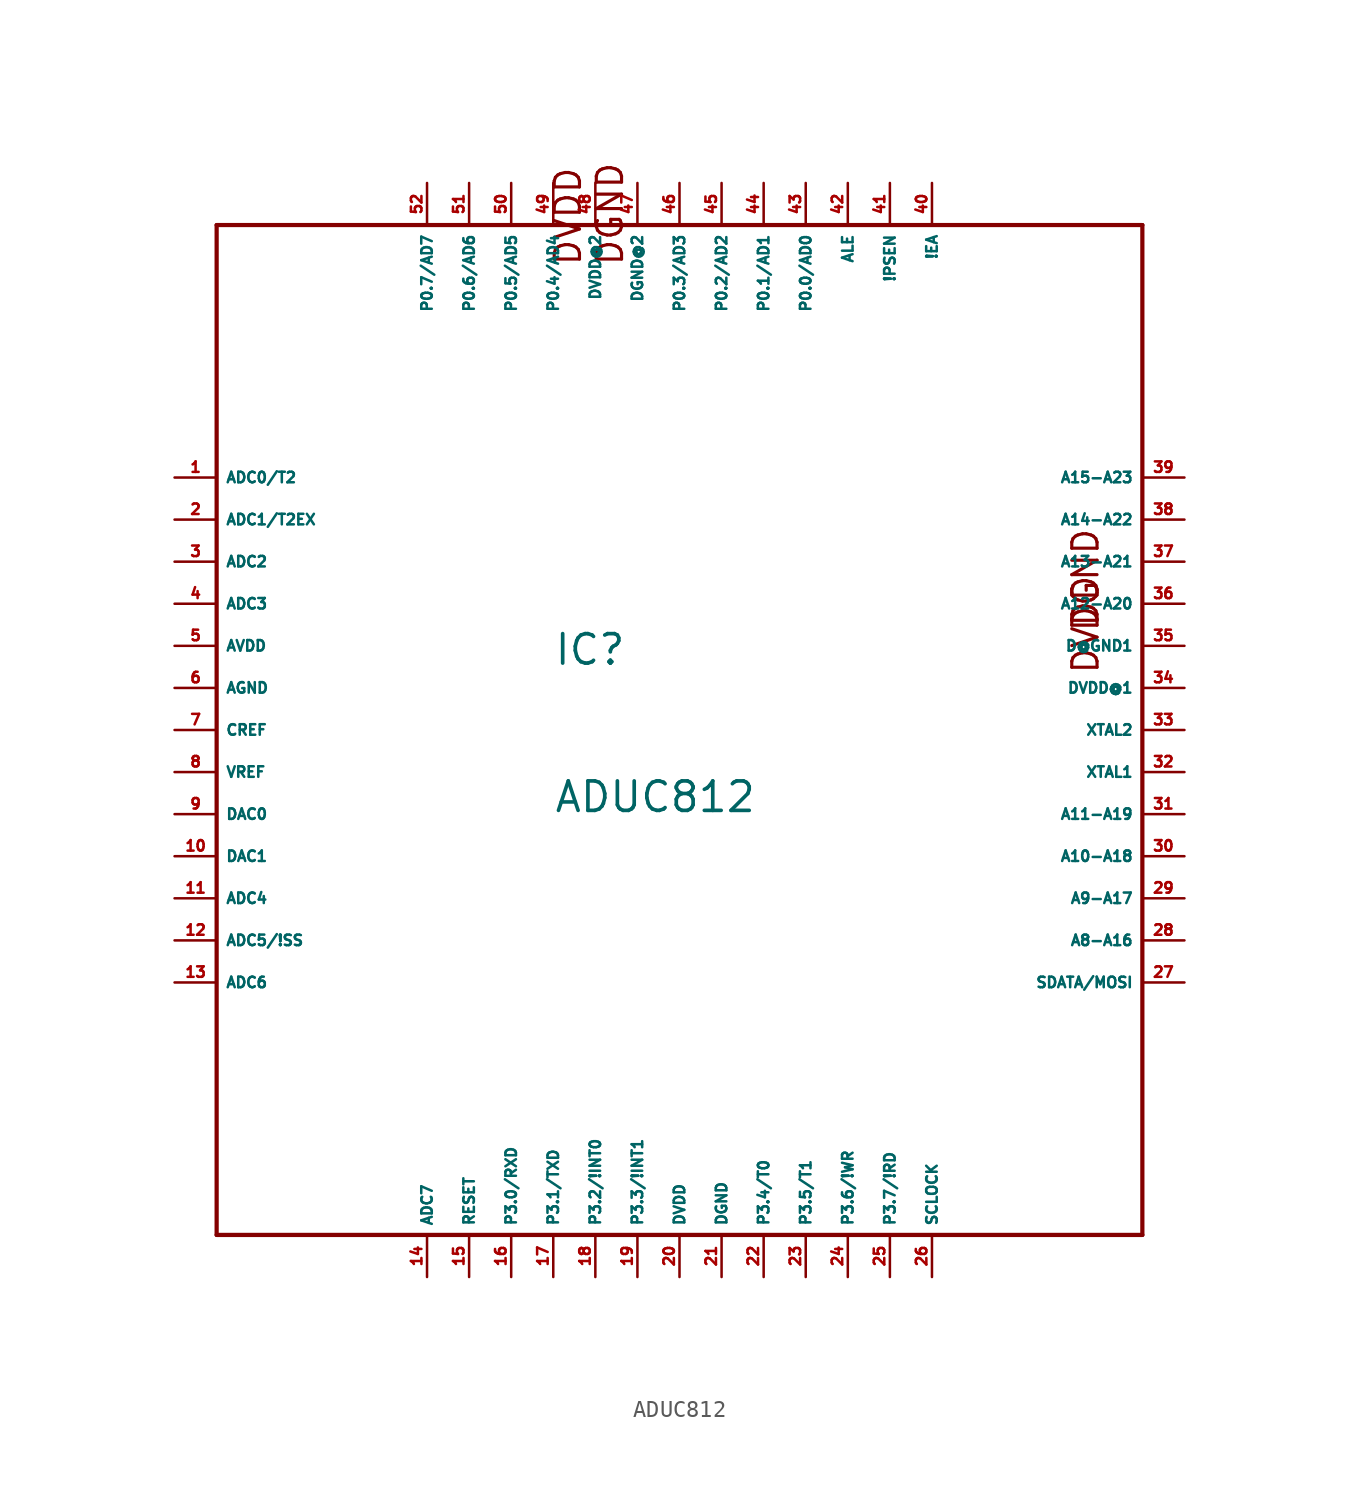
<source format=kicad_sym>
(kicad_symbol_lib
  (version 20220914)
  (generator Eagle2Kicad)
  (symbol "ADUC812"
    (property "Reference" "IC"
      (at -7.62 3.81 0)
      (effects (font (size 1.778 1.778) (thickness 0.22)) (justify left bottom)))
    (property "Value" "ADUC812"
      (at -7.62 -5.08 0)
      (effects (font (size 1.778 1.778) (thickness 0.22)) (justify left bottom)))
    (polyline
      (pts (xy -27.94 -30.48) (xy 27.94 -30.48))
      (stroke (width 0.254) (type default))
      (fill (type none)))
    (polyline
      (pts (xy 27.94 -30.48) (xy 27.94 30.48))
      (stroke (width 0.254) (type default))
      (fill (type none)))
    (polyline
      (pts (xy 27.94 30.48) (xy -27.94 30.48))
      (stroke (width 0.254) (type default))
      (fill (type none)))
    (polyline
      (pts (xy -27.94 30.48) (xy -27.94 -30.48))
      (stroke (width 0.254) (type default))
      (fill (type none)))
    (text "DGND"
      (at -3.302 27.94 2700)
      (effects (font (size 1.524 1.524) (thickness 0.19)) (justify left bottom)))
    (text "DVDD"
      (at -5.842 27.94 2700)
      (effects (font (size 1.524 1.524) (thickness 0.19)) (justify left bottom)))
    (text "DGND"
      (at 25.4 5.842 1800)
      (effects (font (size 1.524 1.524) (thickness 0.19)) (justify left bottom)))
    (text "DVDD"
      (at 25.4 3.302 1800)
      (effects (font (size 1.524 1.524) (thickness 0.19)) (justify left bottom)))
    (pin output line
      (at -30.48 -5.08 0)
      (length 2.54)
      (name "DAC0" (effects (font (size 0.635 0.635) (thickness 0.08)) (justify left bottom)))
      (number "9" (effects (font (size 0.635 0.635) (thickness 0.08)) (justify left bottom))))
    (pin input line
      (at -12.7 -33.02 90)
      (length 2.54)
      (name "RESET" (effects (font (size 0.635 0.635) (thickness 0.08)) (justify left bottom)))
      (number "15" (effects (font (size 0.635 0.635) (thickness 0.08)) (justify left bottom))))
    (pin unspecified line
      (at -30.48 2.54 0)
      (length 2.54)
      (name "AGND" (effects (font (size 0.635 0.635) (thickness 0.08)) (justify left bottom)))
      (number "6" (effects (font (size 0.635 0.635) (thickness 0.08)) (justify left bottom))))
    (pin input line
      (at -30.48 0 0)
      (length 2.54)
      (name "CREF" (effects (font (size 0.635 0.635) (thickness 0.08)) (justify left bottom)))
      (number "7" (effects (font (size 0.635 0.635) (thickness 0.08)) (justify left bottom))))
    (pin bidirectional line
      (at -30.48 -2.54 0)
      (length 2.54)
      (name "VREF" (effects (font (size 0.635 0.635) (thickness 0.08)) (justify left bottom)))
      (number "8" (effects (font (size 0.635 0.635) (thickness 0.08)) (justify left bottom))))
    (pin unspecified line
      (at 2.54 -33.02 90)
      (length 2.54)
      (name "DGND" (effects (font (size 0.635 0.635) (thickness 0.08)) (justify left bottom)))
      (number "21" (effects (font (size 0.635 0.635) (thickness 0.08)) (justify left bottom))))
    (pin output line
      (at -30.48 -7.62 0)
      (length 2.54)
      (name "DAC1" (effects (font (size 0.635 0.635) (thickness 0.08)) (justify left bottom)))
      (number "10" (effects (font (size 0.635 0.635) (thickness 0.08)) (justify left bottom))))
    (pin unspecified line
      (at -30.48 5.08 0)
      (length 2.54)
      (name "AVDD" (effects (font (size 0.635 0.635) (thickness 0.08)) (justify left bottom)))
      (number "5" (effects (font (size 0.635 0.635) (thickness 0.08)) (justify left bottom))))
    (pin unspecified line
      (at 0 -33.02 90)
      (length 2.54)
      (name "DVDD" (effects (font (size 0.635 0.635) (thickness 0.08)) (justify left bottom)))
      (number "20" (effects (font (size 0.635 0.635) (thickness 0.08)) (justify left bottom))))
    (pin input line
      (at 15.24 -33.02 90)
      (length 2.54)
      (name "SCLOCK" (effects (font (size 0.635 0.635) (thickness 0.08)) (justify left bottom)))
      (number "26" (effects (font (size 0.635 0.635) (thickness 0.08)) (justify left bottom))))
    (pin input line
      (at 30.48 -15.24 180)
      (length 2.54)
      (name "SDATA/MOSI" (effects (font (size 0.635 0.635) (thickness 0.08)) (justify left bottom)))
      (number "27" (effects (font (size 0.635 0.635) (thickness 0.08)) (justify left bottom))))
    (pin input line
      (at 30.48 -2.54 180)
      (length 2.54)
      (name "XTAL1" (effects (font (size 0.635 0.635) (thickness 0.08)) (justify left bottom)))
      (number "32" (effects (font (size 0.635 0.635) (thickness 0.08)) (justify left bottom))))
    (pin output line
      (at 30.48 0 180)
      (length 2.54)
      (name "XTAL2" (effects (font (size 0.635 0.635) (thickness 0.08)) (justify left bottom)))
      (number "33" (effects (font (size 0.635 0.635) (thickness 0.08)) (justify left bottom))))
    (pin input line
      (at -30.48 15.24 0)
      (length 2.54)
      (name "ADC0/T2" (effects (font (size 0.635 0.635) (thickness 0.08)) (justify left bottom)))
      (number "1" (effects (font (size 0.635 0.635) (thickness 0.08)) (justify left bottom))))
    (pin input line
      (at -30.48 12.7 0)
      (length 2.54)
      (name "ADC1/T2EX" (effects (font (size 0.635 0.635) (thickness 0.08)) (justify left bottom)))
      (number "2" (effects (font (size 0.635 0.635) (thickness 0.08)) (justify left bottom))))
    (pin input line
      (at -30.48 10.16 0)
      (length 2.54)
      (name "ADC2" (effects (font (size 0.635 0.635) (thickness 0.08)) (justify left bottom)))
      (number "3" (effects (font (size 0.635 0.635) (thickness 0.08)) (justify left bottom))))
    (pin input line
      (at -30.48 7.62 0)
      (length 2.54)
      (name "ADC3" (effects (font (size 0.635 0.635) (thickness 0.08)) (justify left bottom)))
      (number "4" (effects (font (size 0.635 0.635) (thickness 0.08)) (justify left bottom))))
    (pin input line
      (at -30.48 -10.16 0)
      (length 2.54)
      (name "ADC4" (effects (font (size 0.635 0.635) (thickness 0.08)) (justify left bottom)))
      (number "11" (effects (font (size 0.635 0.635) (thickness 0.08)) (justify left bottom))))
    (pin input line
      (at -30.48 -12.7 0)
      (length 2.54)
      (name "ADC5/!SS" (effects (font (size 0.635 0.635) (thickness 0.08)) (justify left bottom)))
      (number "12" (effects (font (size 0.635 0.635) (thickness 0.08)) (justify left bottom))))
    (pin input line
      (at -30.48 -15.24 0)
      (length 2.54)
      (name "ADC6" (effects (font (size 0.635 0.635) (thickness 0.08)) (justify left bottom)))
      (number "13" (effects (font (size 0.635 0.635) (thickness 0.08)) (justify left bottom))))
    (pin input line
      (at -15.24 -33.02 90)
      (length 2.54)
      (name "ADC7" (effects (font (size 0.635 0.635) (thickness 0.08)) (justify left bottom)))
      (number "14" (effects (font (size 0.635 0.635) (thickness 0.08)) (justify left bottom))))
    (pin bidirectional line
      (at -10.16 -33.02 90)
      (length 2.54)
      (name "P3.0/RXD" (effects (font (size 0.635 0.635) (thickness 0.08)) (justify left bottom)))
      (number "16" (effects (font (size 0.635 0.635) (thickness 0.08)) (justify left bottom))))
    (pin bidirectional line
      (at -7.62 -33.02 90)
      (length 2.54)
      (name "P3.1/TXD" (effects (font (size 0.635 0.635) (thickness 0.08)) (justify left bottom)))
      (number "17" (effects (font (size 0.635 0.635) (thickness 0.08)) (justify left bottom))))
    (pin bidirectional line
      (at -5.08 -33.02 90)
      (length 2.54)
      (name "P3.2/!INT0" (effects (font (size 0.635 0.635) (thickness 0.08)) (justify left bottom)))
      (number "18" (effects (font (size 0.635 0.635) (thickness 0.08)) (justify left bottom))))
    (pin bidirectional line
      (at -2.54 -33.02 90)
      (length 2.54)
      (name "P3.3/!INT1" (effects (font (size 0.635 0.635) (thickness 0.08)) (justify left bottom)))
      (number "19" (effects (font (size 0.635 0.635) (thickness 0.08)) (justify left bottom))))
    (pin bidirectional line
      (at 5.08 -33.02 90)
      (length 2.54)
      (name "P3.4/T0" (effects (font (size 0.635 0.635) (thickness 0.08)) (justify left bottom)))
      (number "22" (effects (font (size 0.635 0.635) (thickness 0.08)) (justify left bottom))))
    (pin bidirectional line
      (at 7.62 -33.02 90)
      (length 2.54)
      (name "P3.5/T1" (effects (font (size 0.635 0.635) (thickness 0.08)) (justify left bottom)))
      (number "23" (effects (font (size 0.635 0.635) (thickness 0.08)) (justify left bottom))))
    (pin bidirectional line
      (at 10.16 -33.02 90)
      (length 2.54)
      (name "P3.6/!WR" (effects (font (size 0.635 0.635) (thickness 0.08)) (justify left bottom)))
      (number "24" (effects (font (size 0.635 0.635) (thickness 0.08)) (justify left bottom))))
    (pin bidirectional line
      (at 12.7 -33.02 90)
      (length 2.54)
      (name "P3.7/!RD" (effects (font (size 0.635 0.635) (thickness 0.08)) (justify left bottom)))
      (number "25" (effects (font (size 0.635 0.635) (thickness 0.08)) (justify left bottom))))
    (pin bidirectional line
      (at 30.48 -12.7 180)
      (length 2.54)
      (name "A8-A16" (effects (font (size 0.635 0.635) (thickness 0.08)) (justify left bottom)))
      (number "28" (effects (font (size 0.635 0.635) (thickness 0.08)) (justify left bottom))))
    (pin bidirectional line
      (at 30.48 -10.16 180)
      (length 2.54)
      (name "A9-A17" (effects (font (size 0.635 0.635) (thickness 0.08)) (justify left bottom)))
      (number "29" (effects (font (size 0.635 0.635) (thickness 0.08)) (justify left bottom))))
    (pin bidirectional line
      (at 30.48 -7.62 180)
      (length 2.54)
      (name "A10-A18" (effects (font (size 0.635 0.635) (thickness 0.08)) (justify left bottom)))
      (number "30" (effects (font (size 0.635 0.635) (thickness 0.08)) (justify left bottom))))
    (pin bidirectional line
      (at 30.48 -5.08 180)
      (length 2.54)
      (name "A11-A19" (effects (font (size 0.635 0.635) (thickness 0.08)) (justify left bottom)))
      (number "31" (effects (font (size 0.635 0.635) (thickness 0.08)) (justify left bottom))))
    (pin bidirectional line
      (at 30.48 7.62 180)
      (length 2.54)
      (name "A12-A20" (effects (font (size 0.635 0.635) (thickness 0.08)) (justify left bottom)))
      (number "36" (effects (font (size 0.635 0.635) (thickness 0.08)) (justify left bottom))))
    (pin bidirectional line
      (at 30.48 10.16 180)
      (length 2.54)
      (name "A13-A21" (effects (font (size 0.635 0.635) (thickness 0.08)) (justify left bottom)))
      (number "37" (effects (font (size 0.635 0.635) (thickness 0.08)) (justify left bottom))))
    (pin bidirectional line
      (at 30.48 12.7 180)
      (length 2.54)
      (name "A14-A22" (effects (font (size 0.635 0.635) (thickness 0.08)) (justify left bottom)))
      (number "38" (effects (font (size 0.635 0.635) (thickness 0.08)) (justify left bottom))))
    (pin bidirectional line
      (at 30.48 15.24 180)
      (length 2.54)
      (name "A15-A23" (effects (font (size 0.635 0.635) (thickness 0.08)) (justify left bottom)))
      (number "39" (effects (font (size 0.635 0.635) (thickness 0.08)) (justify left bottom))))
    (pin output line
      (at 12.7 33.02 270)
      (length 2.54)
      (name "!PSEN" (effects (font (size 0.635 0.635) (thickness 0.08)) (justify left bottom)))
      (number "41" (effects (font (size 0.635 0.635) (thickness 0.08)) (justify left bottom))))
    (pin output line
      (at 10.16 33.02 270)
      (length 2.54)
      (name "ALE" (effects (font (size 0.635 0.635) (thickness 0.08)) (justify left bottom)))
      (number "42" (effects (font (size 0.635 0.635) (thickness 0.08)) (justify left bottom))))
    (pin input line
      (at 15.24 33.02 270)
      (length 2.54)
      (name "!EA" (effects (font (size 0.635 0.635) (thickness 0.08)) (justify left bottom)))
      (number "40" (effects (font (size 0.635 0.635) (thickness 0.08)) (justify left bottom))))
    (pin bidirectional line
      (at 7.62 33.02 270)
      (length 2.54)
      (name "P0.0/AD0" (effects (font (size 0.635 0.635) (thickness 0.08)) (justify left bottom)))
      (number "43" (effects (font (size 0.635 0.635) (thickness 0.08)) (justify left bottom))))
    (pin bidirectional line
      (at 5.08 33.02 270)
      (length 2.54)
      (name "P0.1/AD1" (effects (font (size 0.635 0.635) (thickness 0.08)) (justify left bottom)))
      (number "44" (effects (font (size 0.635 0.635) (thickness 0.08)) (justify left bottom))))
    (pin bidirectional line
      (at 2.54 33.02 270)
      (length 2.54)
      (name "P0.2/AD2" (effects (font (size 0.635 0.635) (thickness 0.08)) (justify left bottom)))
      (number "45" (effects (font (size 0.635 0.635) (thickness 0.08)) (justify left bottom))))
    (pin bidirectional line
      (at 0 33.02 270)
      (length 2.54)
      (name "P0.3/AD3" (effects (font (size 0.635 0.635) (thickness 0.08)) (justify left bottom)))
      (number "46" (effects (font (size 0.635 0.635) (thickness 0.08)) (justify left bottom))))
    (pin bidirectional line
      (at -7.62 33.02 270)
      (length 2.54)
      (name "P0.4/AD4" (effects (font (size 0.635 0.635) (thickness 0.08)) (justify left bottom)))
      (number "49" (effects (font (size 0.635 0.635) (thickness 0.08)) (justify left bottom))))
    (pin bidirectional line
      (at -10.16 33.02 270)
      (length 2.54)
      (name "P0.5/AD5" (effects (font (size 0.635 0.635) (thickness 0.08)) (justify left bottom)))
      (number "50" (effects (font (size 0.635 0.635) (thickness 0.08)) (justify left bottom))))
    (pin bidirectional line
      (at -12.7 33.02 270)
      (length 2.54)
      (name "P0.6/AD6" (effects (font (size 0.635 0.635) (thickness 0.08)) (justify left bottom)))
      (number "51" (effects (font (size 0.635 0.635) (thickness 0.08)) (justify left bottom))))
    (pin bidirectional line
      (at -15.24 33.02 270)
      (length 2.54)
      (name "P0.7/AD7" (effects (font (size 0.635 0.635) (thickness 0.08)) (justify left bottom)))
      (number "52" (effects (font (size 0.635 0.635) (thickness 0.08)) (justify left bottom))))
    (pin unspecified line
      (at 30.48 2.54 180)
      (length 2.54)
      (name "DVDD@1" (effects (font (size 0.635 0.635) (thickness 0.08)) (justify left bottom)))
      (number "34" (effects (font (size 0.635 0.635) (thickness 0.08)) (justify left bottom))))
    (pin unspecified line
      (at 30.48 5.08 180)
      (length 2.54)
      (name "D@GND1" (effects (font (size 0.635 0.635) (thickness 0.08)) (justify left bottom)))
      (number "35" (effects (font (size 0.635 0.635) (thickness 0.08)) (justify left bottom))))
    (pin unspecified line
      (at -2.54 33.02 270)
      (length 2.54)
      (name "DGND@2" (effects (font (size 0.635 0.635) (thickness 0.08)) (justify left bottom)))
      (number "47" (effects (font (size 0.635 0.635) (thickness 0.08)) (justify left bottom))))
    (pin unspecified line
      (at -5.08 33.02 270)
      (length 2.54)
      (name "DVDD@2" (effects (font (size 0.635 0.635) (thickness 0.08)) (justify left bottom)))
      (number "48" (effects (font (size 0.635 0.635) (thickness 0.08)) (justify left bottom))))))
</source>
